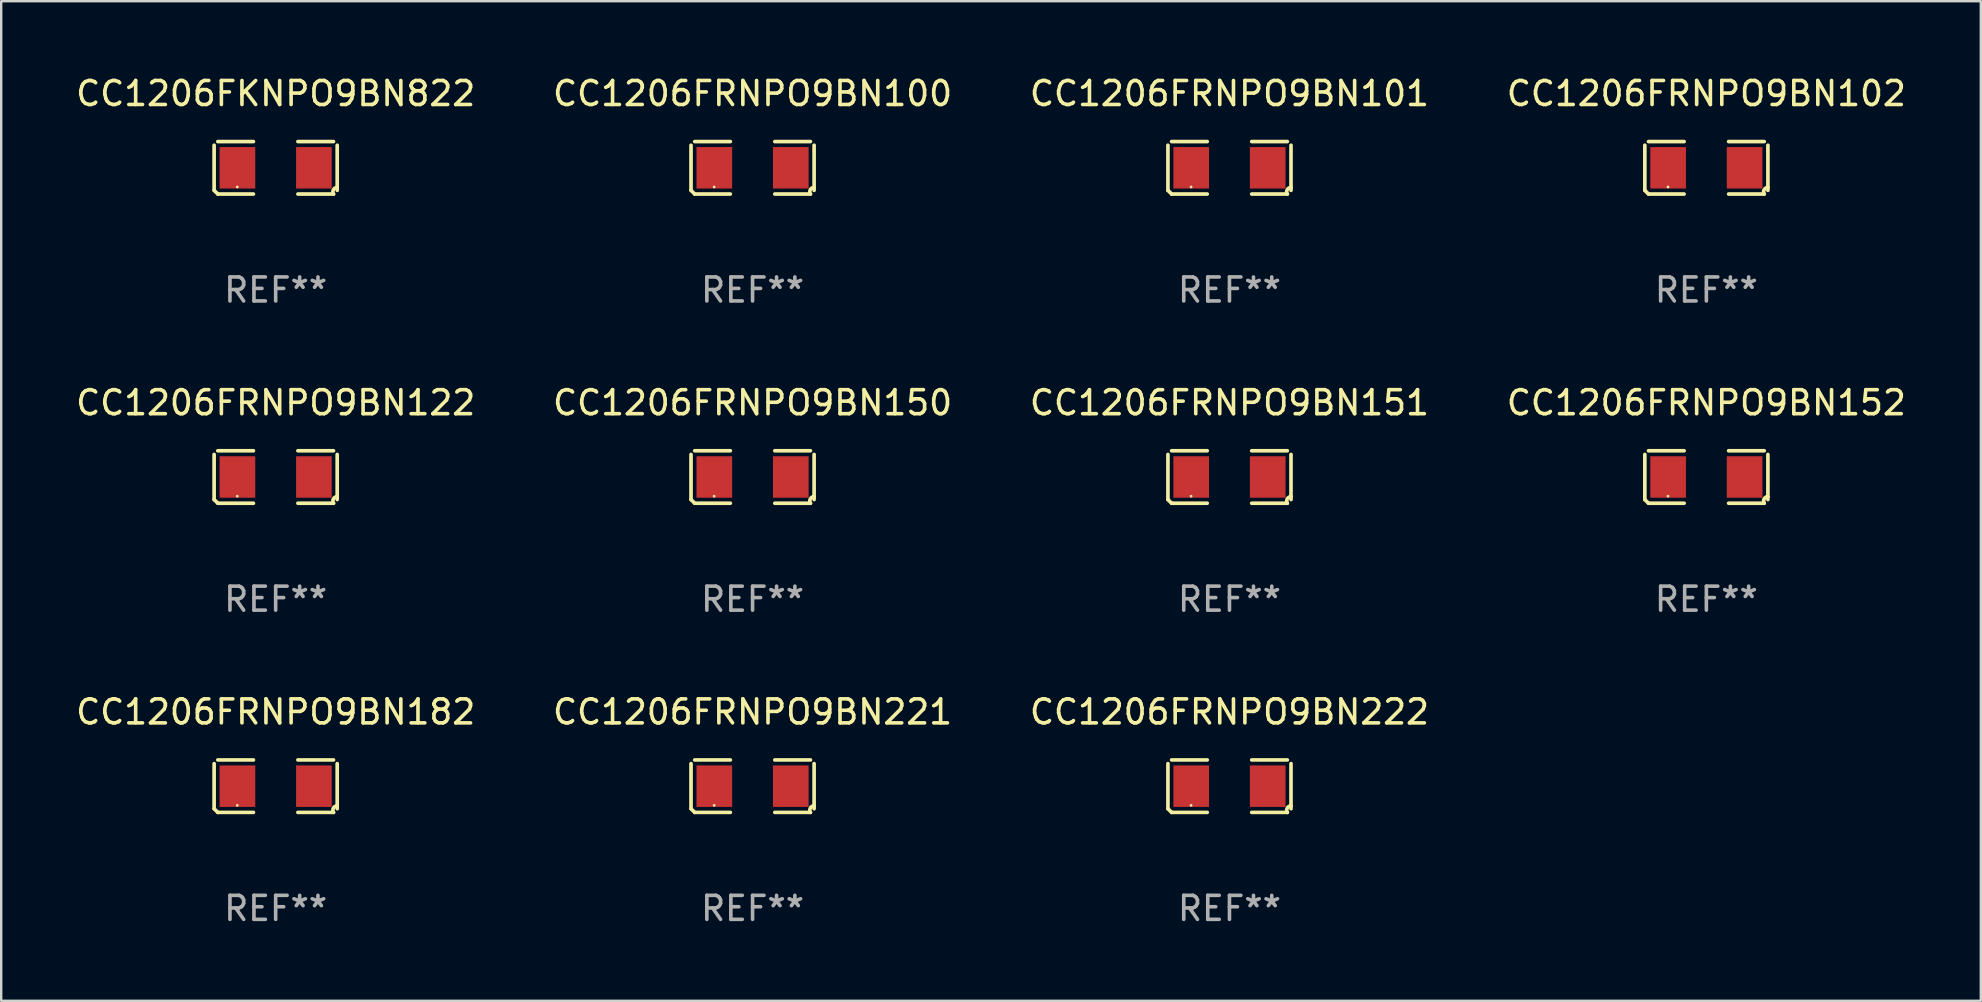
<source format=kicad_pcb>
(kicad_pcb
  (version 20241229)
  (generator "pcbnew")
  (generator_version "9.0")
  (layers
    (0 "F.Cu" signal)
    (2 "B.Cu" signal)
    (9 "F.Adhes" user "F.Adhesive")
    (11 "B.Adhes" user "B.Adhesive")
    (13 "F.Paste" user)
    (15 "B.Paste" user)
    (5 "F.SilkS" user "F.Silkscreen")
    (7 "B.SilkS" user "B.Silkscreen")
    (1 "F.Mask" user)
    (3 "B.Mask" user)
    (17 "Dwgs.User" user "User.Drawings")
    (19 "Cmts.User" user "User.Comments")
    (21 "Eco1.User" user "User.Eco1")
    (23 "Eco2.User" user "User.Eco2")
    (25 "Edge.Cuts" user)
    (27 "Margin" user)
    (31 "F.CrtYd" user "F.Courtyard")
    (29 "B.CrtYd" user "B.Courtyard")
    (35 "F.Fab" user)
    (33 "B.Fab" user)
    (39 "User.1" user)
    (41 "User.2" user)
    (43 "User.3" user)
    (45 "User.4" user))
  (footprint "CC1206FRNPO9BN151"
    (layer "F.Cu")
    (at 48.173 16.823)
    (property "Reference" "CC1206FRNPO9BN151" (at 0 -3.093 0) (layer "F.SilkS") (effects (font (size 1 1) (thickness 0.15))))
    (attr through_hole)
    (fp_line (start -2.564 0.94) (end -2.564 -0.94) (stroke (width 0.152) (type solid)) (layer "F.SilkS"))
    (fp_line (start -2.411 -1.093) (end -0.926 -1.093) (stroke (width 0.152) (type solid)) (layer "F.SilkS"))
    (fp_line (start -0.926 1.093) (end -2.411 1.093) (stroke (width 0.152) (type solid)) (layer "F.SilkS"))
    (fp_line (start 0.926 1.093) (end 2.411 1.093) (stroke (width 0.152) (type solid)) (layer "F.SilkS"))
    (fp_line (start 2.411 -1.093) (end 0.926 -1.093) (stroke (width 0.152) (type solid)) (layer "F.SilkS"))
    (fp_line (start 2.564 0.94) (end 2.564 -0.94) (stroke (width 0.152) (type solid)) (layer "F.SilkS"))
    (fp_arc (start -2.411201 1.092609) (mid -2.487413 1.01642) (end -2.563602 0.940208) (stroke (width 0.1524) (type solid)) (layer "F.SilkS"))
    (fp_arc (start 2.411201 1.092609) (mid 2.407159 0.911226) (end 2.563602 0.819347) (stroke (width 0.1524) (type solid)) (layer "F.SilkS"))
    (fp_circle (center -1.6 0.8) (end -1.57 0.8) (stroke (width 0.06) (type solid)) (fill no) (layer "F.SilkS"))
    (fp_text user "REF**" (at 0 5.093 0) (layer "F.Fab") (effects (font (size 1 1) (thickness 0.15))))
    (pad "1" smd rect (at -1.593 0) (size 1.485 1.728) (layers "F.Cu" "F.Mask" "F.Paste"))
    (pad "2" smd rect (at 1.593 0) (size 1.485 1.728) (layers "F.Cu" "F.Mask" "F.Paste")))
  (footprint "CC1206FRNPO9BN101"
    (layer "F.Cu")
    (at 48.173 3.941)
    (property "Reference" "CC1206FRNPO9BN101" (at 0 -3.093 0) (layer "F.SilkS") (effects (font (size 1 1) (thickness 0.15))))
    (attr through_hole)
    (fp_line (start -2.564 0.94) (end -2.564 -0.94) (stroke (width 0.152) (type solid)) (layer "F.SilkS"))
    (fp_line (start -2.411 -1.093) (end -0.926 -1.093) (stroke (width 0.152) (type solid)) (layer "F.SilkS"))
    (fp_line (start -0.926 1.093) (end -2.411 1.093) (stroke (width 0.152) (type solid)) (layer "F.SilkS"))
    (fp_line (start 0.926 1.093) (end 2.411 1.093) (stroke (width 0.152) (type solid)) (layer "F.SilkS"))
    (fp_line (start 2.411 -1.093) (end 0.926 -1.093) (stroke (width 0.152) (type solid)) (layer "F.SilkS"))
    (fp_line (start 2.564 0.94) (end 2.564 -0.94) (stroke (width 0.152) (type solid)) (layer "F.SilkS"))
    (fp_arc (start -2.411201 1.092609) (mid -2.487413 1.01642) (end -2.563602 0.940208) (stroke (width 0.1524) (type solid)) (layer "F.SilkS"))
    (fp_arc (start 2.411201 1.092609) (mid 2.407159 0.911226) (end 2.563602 0.819347) (stroke (width 0.1524) (type solid)) (layer "F.SilkS"))
    (fp_circle (center -1.6 0.8) (end -1.57 0.8) (stroke (width 0.06) (type solid)) (fill no) (layer "F.SilkS"))
    (fp_text user "REF**" (at 0 5.093 0) (layer "F.Fab") (effects (font (size 1 1) (thickness 0.15))))
    (pad "1" smd rect (at -1.593 0) (size 1.485 1.728) (layers "F.Cu" "F.Mask" "F.Paste"))
    (pad "2" smd rect (at 1.593 0) (size 1.485 1.728) (layers "F.Cu" "F.Mask" "F.Paste")))
  (footprint "CC1206FRNPO9BN100"
    (layer "F.Cu")
    (at 28.304 3.941)
    (property "Reference" "CC1206FRNPO9BN100" (at 0 -3.093 0) (layer "F.SilkS") (effects (font (size 1 1) (thickness 0.15))))
    (attr through_hole)
    (fp_line (start -2.564 0.94) (end -2.564 -0.94) (stroke (width 0.152) (type solid)) (layer "F.SilkS"))
    (fp_line (start -2.411 -1.093) (end -0.926 -1.093) (stroke (width 0.152) (type solid)) (layer "F.SilkS"))
    (fp_line (start -0.926 1.093) (end -2.411 1.093) (stroke (width 0.152) (type solid)) (layer "F.SilkS"))
    (fp_line (start 0.926 1.093) (end 2.411 1.093) (stroke (width 0.152) (type solid)) (layer "F.SilkS"))
    (fp_line (start 2.411 -1.093) (end 0.926 -1.093) (stroke (width 0.152) (type solid)) (layer "F.SilkS"))
    (fp_line (start 2.564 0.94) (end 2.564 -0.94) (stroke (width 0.152) (type solid)) (layer "F.SilkS"))
    (fp_arc (start -2.411201 1.092609) (mid -2.487413 1.01642) (end -2.563602 0.940208) (stroke (width 0.1524) (type solid)) (layer "F.SilkS"))
    (fp_arc (start 2.411201 1.092609) (mid 2.407159 0.911226) (end 2.563602 0.819347) (stroke (width 0.1524) (type solid)) (layer "F.SilkS"))
    (fp_circle (center -1.6 0.8) (end -1.57 0.8) (stroke (width 0.06) (type solid)) (fill no) (layer "F.SilkS"))
    (fp_text user "REF**" (at 0 5.093 0) (layer "F.Fab") (effects (font (size 1 1) (thickness 0.15))))
    (pad "1" smd rect (at -1.593 0) (size 1.485 1.728) (layers "F.Cu" "F.Mask" "F.Paste"))
    (pad "2" smd rect (at 1.593 0) (size 1.485 1.728) (layers "F.Cu" "F.Mask" "F.Paste")))
  (footprint "CC1206FRNPO9BN221"
    (layer "F.Cu")
    (at 28.304 29.704)
    (property "Reference" "CC1206FRNPO9BN221" (at 0 -3.093 0) (layer "F.SilkS") (effects (font (size 1 1) (thickness 0.15))))
    (attr through_hole)
    (fp_line (start -2.564 0.94) (end -2.564 -0.94) (stroke (width 0.152) (type solid)) (layer "F.SilkS"))
    (fp_line (start -2.411 -1.093) (end -0.926 -1.093) (stroke (width 0.152) (type solid)) (layer "F.SilkS"))
    (fp_line (start -0.926 1.093) (end -2.411 1.093) (stroke (width 0.152) (type solid)) (layer "F.SilkS"))
    (fp_line (start 0.926 1.093) (end 2.411 1.093) (stroke (width 0.152) (type solid)) (layer "F.SilkS"))
    (fp_line (start 2.411 -1.093) (end 0.926 -1.093) (stroke (width 0.152) (type solid)) (layer "F.SilkS"))
    (fp_line (start 2.564 0.94) (end 2.564 -0.94) (stroke (width 0.152) (type solid)) (layer "F.SilkS"))
    (fp_arc (start -2.411201 1.092609) (mid -2.487413 1.01642) (end -2.563602 0.940208) (stroke (width 0.1524) (type solid)) (layer "F.SilkS"))
    (fp_arc (start 2.411201 1.092609) (mid 2.407159 0.911226) (end 2.563602 0.819347) (stroke (width 0.1524) (type solid)) (layer "F.SilkS"))
    (fp_circle (center -1.6 0.8) (end -1.57 0.8) (stroke (width 0.06) (type solid)) (fill no) (layer "F.SilkS"))
    (fp_text user "REF**" (at 0 5.093 0) (layer "F.Fab") (effects (font (size 1 1) (thickness 0.15))))
    (pad "1" smd rect (at -1.593 0) (size 1.485 1.728) (layers "F.Cu" "F.Mask" "F.Paste"))
    (pad "2" smd rect (at 1.593 0) (size 1.485 1.728) (layers "F.Cu" "F.Mask" "F.Paste")))
  (footprint "CC1206FRNPO9BN102"
    (layer "F.Cu")
    (at 68.042 3.941)
    (property "Reference" "CC1206FRNPO9BN102" (at 0 -3.093 0) (layer "F.SilkS") (effects (font (size 1 1) (thickness 0.15))))
    (attr through_hole)
    (fp_line (start -2.564 0.94) (end -2.564 -0.94) (stroke (width 0.152) (type solid)) (layer "F.SilkS"))
    (fp_line (start -2.411 -1.093) (end -0.926 -1.093) (stroke (width 0.152) (type solid)) (layer "F.SilkS"))
    (fp_line (start -0.926 1.093) (end -2.411 1.093) (stroke (width 0.152) (type solid)) (layer "F.SilkS"))
    (fp_line (start 0.926 1.093) (end 2.411 1.093) (stroke (width 0.152) (type solid)) (layer "F.SilkS"))
    (fp_line (start 2.411 -1.093) (end 0.926 -1.093) (stroke (width 0.152) (type solid)) (layer "F.SilkS"))
    (fp_line (start 2.564 0.94) (end 2.564 -0.94) (stroke (width 0.152) (type solid)) (layer "F.SilkS"))
    (fp_arc (start -2.411201 1.092609) (mid -2.487413 1.01642) (end -2.563602 0.940208) (stroke (width 0.1524) (type solid)) (layer "F.SilkS"))
    (fp_arc (start 2.411201 1.092609) (mid 2.407159 0.911226) (end 2.563602 0.819347) (stroke (width 0.1524) (type solid)) (layer "F.SilkS"))
    (fp_circle (center -1.6 0.8) (end -1.57 0.8) (stroke (width 0.06) (type solid)) (fill no) (layer "F.SilkS"))
    (fp_text user "REF**" (at 0 5.093 0) (layer "F.Fab") (effects (font (size 1 1) (thickness 0.15))))
    (pad "1" smd rect (at -1.593 0) (size 1.485 1.728) (layers "F.Cu" "F.Mask" "F.Paste"))
    (pad "2" smd rect (at 1.593 0) (size 1.485 1.728) (layers "F.Cu" "F.Mask" "F.Paste")))
  (footprint "CC1206FRNPO9BN182"
    (layer "F.Cu")
    (at 8.435 29.704)
    (property "Reference" "CC1206FRNPO9BN182" (at 0 -3.093 0) (layer "F.SilkS") (effects (font (size 1 1) (thickness 0.15))))
    (attr through_hole)
    (fp_line (start -2.564 0.94) (end -2.564 -0.94) (stroke (width 0.152) (type solid)) (layer "F.SilkS"))
    (fp_line (start -2.411 -1.093) (end -0.926 -1.093) (stroke (width 0.152) (type solid)) (layer "F.SilkS"))
    (fp_line (start -0.926 1.093) (end -2.411 1.093) (stroke (width 0.152) (type solid)) (layer "F.SilkS"))
    (fp_line (start 0.926 1.093) (end 2.411 1.093) (stroke (width 0.152) (type solid)) (layer "F.SilkS"))
    (fp_line (start 2.411 -1.093) (end 0.926 -1.093) (stroke (width 0.152) (type solid)) (layer "F.SilkS"))
    (fp_line (start 2.564 0.94) (end 2.564 -0.94) (stroke (width 0.152) (type solid)) (layer "F.SilkS"))
    (fp_arc (start -2.411201 1.092609) (mid -2.487413 1.01642) (end -2.563602 0.940208) (stroke (width 0.1524) (type solid)) (layer "F.SilkS"))
    (fp_arc (start 2.411201 1.092609) (mid 2.407159 0.911226) (end 2.563602 0.819347) (stroke (width 0.1524) (type solid)) (layer "F.SilkS"))
    (fp_circle (center -1.6 0.8) (end -1.57 0.8) (stroke (width 0.06) (type solid)) (fill no) (layer "F.SilkS"))
    (fp_text user "REF**" (at 0 5.093 0) (layer "F.Fab") (effects (font (size 1 1) (thickness 0.15))))
    (pad "1" smd rect (at -1.593 0) (size 1.485 1.728) (layers "F.Cu" "F.Mask" "F.Paste"))
    (pad "2" smd rect (at 1.593 0) (size 1.485 1.728) (layers "F.Cu" "F.Mask" "F.Paste")))
  (footprint "CC1206FRNPO9BN222"
    (layer "F.Cu")
    (at 48.173 29.704)
    (property "Reference" "CC1206FRNPO9BN222" (at 0 -3.093 0) (layer "F.SilkS") (effects (font (size 1 1) (thickness 0.15))))
    (attr through_hole)
    (fp_line (start -2.564 0.94) (end -2.564 -0.94) (stroke (width 0.152) (type solid)) (layer "F.SilkS"))
    (fp_line (start -2.411 -1.093) (end -0.926 -1.093) (stroke (width 0.152) (type solid)) (layer "F.SilkS"))
    (fp_line (start -0.926 1.093) (end -2.411 1.093) (stroke (width 0.152) (type solid)) (layer "F.SilkS"))
    (fp_line (start 0.926 1.093) (end 2.411 1.093) (stroke (width 0.152) (type solid)) (layer "F.SilkS"))
    (fp_line (start 2.411 -1.093) (end 0.926 -1.093) (stroke (width 0.152) (type solid)) (layer "F.SilkS"))
    (fp_line (start 2.564 0.94) (end 2.564 -0.94) (stroke (width 0.152) (type solid)) (layer "F.SilkS"))
    (fp_arc (start -2.411201 1.092609) (mid -2.487413 1.01642) (end -2.563602 0.940208) (stroke (width 0.1524) (type solid)) (layer "F.SilkS"))
    (fp_arc (start 2.411201 1.092609) (mid 2.407159 0.911226) (end 2.563602 0.819347) (stroke (width 0.1524) (type solid)) (layer "F.SilkS"))
    (fp_circle (center -1.6 0.8) (end -1.57 0.8) (stroke (width 0.06) (type solid)) (fill no) (layer "F.SilkS"))
    (fp_text user "REF**" (at 0 5.093 0) (layer "F.Fab") (effects (font (size 1 1) (thickness 0.15))))
    (pad "1" smd rect (at -1.593 0) (size 1.485 1.728) (layers "F.Cu" "F.Mask" "F.Paste"))
    (pad "2" smd rect (at 1.593 0) (size 1.485 1.728) (layers "F.Cu" "F.Mask" "F.Paste")))
  (footprint "CC1206FRNPO9BN152"
    (layer "F.Cu")
    (at 68.042 16.823)
    (property "Reference" "CC1206FRNPO9BN152" (at 0 -3.093 0) (layer "F.SilkS") (effects (font (size 1 1) (thickness 0.15))))
    (attr through_hole)
    (fp_line (start -2.564 0.94) (end -2.564 -0.94) (stroke (width 0.152) (type solid)) (layer "F.SilkS"))
    (fp_line (start -2.411 -1.093) (end -0.926 -1.093) (stroke (width 0.152) (type solid)) (layer "F.SilkS"))
    (fp_line (start -0.926 1.093) (end -2.411 1.093) (stroke (width 0.152) (type solid)) (layer "F.SilkS"))
    (fp_line (start 0.926 1.093) (end 2.411 1.093) (stroke (width 0.152) (type solid)) (layer "F.SilkS"))
    (fp_line (start 2.411 -1.093) (end 0.926 -1.093) (stroke (width 0.152) (type solid)) (layer "F.SilkS"))
    (fp_line (start 2.564 0.94) (end 2.564 -0.94) (stroke (width 0.152) (type solid)) (layer "F.SilkS"))
    (fp_arc (start -2.411201 1.092609) (mid -2.487413 1.01642) (end -2.563602 0.940208) (stroke (width 0.1524) (type solid)) (layer "F.SilkS"))
    (fp_arc (start 2.411201 1.092609) (mid 2.407159 0.911226) (end 2.563602 0.819347) (stroke (width 0.1524) (type solid)) (layer "F.SilkS"))
    (fp_circle (center -1.6 0.8) (end -1.57 0.8) (stroke (width 0.06) (type solid)) (fill no) (layer "F.SilkS"))
    (fp_text user "REF**" (at 0 5.093 0) (layer "F.Fab") (effects (font (size 1 1) (thickness 0.15))))
    (pad "1" smd rect (at -1.593 0) (size 1.485 1.728) (layers "F.Cu" "F.Mask" "F.Paste"))
    (pad "2" smd rect (at 1.593 0) (size 1.485 1.728) (layers "F.Cu" "F.Mask" "F.Paste")))
  (footprint "CC1206FRNPO9BN150"
    (layer "F.Cu")
    (at 28.304 16.823)
    (property "Reference" "CC1206FRNPO9BN150" (at 0 -3.093 0) (layer "F.SilkS") (effects (font (size 1 1) (thickness 0.15))))
    (attr through_hole)
    (fp_line (start -2.564 0.94) (end -2.564 -0.94) (stroke (width 0.152) (type solid)) (layer "F.SilkS"))
    (fp_line (start -2.411 -1.093) (end -0.926 -1.093) (stroke (width 0.152) (type solid)) (layer "F.SilkS"))
    (fp_line (start -0.926 1.093) (end -2.411 1.093) (stroke (width 0.152) (type solid)) (layer "F.SilkS"))
    (fp_line (start 0.926 1.093) (end 2.411 1.093) (stroke (width 0.152) (type solid)) (layer "F.SilkS"))
    (fp_line (start 2.411 -1.093) (end 0.926 -1.093) (stroke (width 0.152) (type solid)) (layer "F.SilkS"))
    (fp_line (start 2.564 0.94) (end 2.564 -0.94) (stroke (width 0.152) (type solid)) (layer "F.SilkS"))
    (fp_arc (start -2.411201 1.092609) (mid -2.487413 1.01642) (end -2.563602 0.940208) (stroke (width 0.1524) (type solid)) (layer "F.SilkS"))
    (fp_arc (start 2.411201 1.092609) (mid 2.407159 0.911226) (end 2.563602 0.819347) (stroke (width 0.1524) (type solid)) (layer "F.SilkS"))
    (fp_circle (center -1.6 0.8) (end -1.57 0.8) (stroke (width 0.06) (type solid)) (fill no) (layer "F.SilkS"))
    (fp_text user "REF**" (at 0 5.093 0) (layer "F.Fab") (effects (font (size 1 1) (thickness 0.15))))
    (pad "1" smd rect (at -1.593 0) (size 1.485 1.728) (layers "F.Cu" "F.Mask" "F.Paste"))
    (pad "2" smd rect (at 1.593 0) (size 1.485 1.728) (layers "F.Cu" "F.Mask" "F.Paste")))
  (footprint "CC1206FKNPO9BN822"
    (layer "F.Cu")
    (at 8.435 3.941)
    (property "Reference" "CC1206FKNPO9BN822" (at 0 -3.093 0) (layer "F.SilkS") (effects (font (size 1 1) (thickness 0.15))))
    (attr through_hole)
    (fp_line (start -2.564 0.94) (end -2.564 -0.94) (stroke (width 0.152) (type solid)) (layer "F.SilkS"))
    (fp_line (start -2.411 -1.093) (end -0.926 -1.093) (stroke (width 0.152) (type solid)) (layer "F.SilkS"))
    (fp_line (start -0.926 1.093) (end -2.411 1.093) (stroke (width 0.152) (type solid)) (layer "F.SilkS"))
    (fp_line (start 0.926 1.093) (end 2.411 1.093) (stroke (width 0.152) (type solid)) (layer "F.SilkS"))
    (fp_line (start 2.411 -1.093) (end 0.926 -1.093) (stroke (width 0.152) (type solid)) (layer "F.SilkS"))
    (fp_line (start 2.564 0.94) (end 2.564 -0.94) (stroke (width 0.152) (type solid)) (layer "F.SilkS"))
    (fp_arc (start -2.411201 1.092609) (mid -2.487413 1.01642) (end -2.563602 0.940208) (stroke (width 0.1524) (type solid)) (layer "F.SilkS"))
    (fp_arc (start 2.411201 1.092609) (mid 2.407159 0.911226) (end 2.563602 0.819347) (stroke (width 0.1524) (type solid)) (layer "F.SilkS"))
    (fp_circle (center -1.6 0.8) (end -1.57 0.8) (stroke (width 0.06) (type solid)) (fill no) (layer "F.SilkS"))
    (fp_text user "REF**" (at 0 5.093 0) (layer "F.Fab") (effects (font (size 1 1) (thickness 0.15))))
    (pad "1" smd rect (at -1.593 0) (size 1.485 1.728) (layers "F.Cu" "F.Mask" "F.Paste"))
    (pad "2" smd rect (at 1.593 0) (size 1.485 1.728) (layers "F.Cu" "F.Mask" "F.Paste")))
  (footprint "CC1206FRNPO9BN122"
    (layer "F.Cu")
    (at 8.435 16.823)
    (property "Reference" "CC1206FRNPO9BN122" (at 0 -3.093 0) (layer "F.SilkS") (effects (font (size 1 1) (thickness 0.15))))
    (attr through_hole)
    (fp_line (start -2.564 0.94) (end -2.564 -0.94) (stroke (width 0.152) (type solid)) (layer "F.SilkS"))
    (fp_line (start -2.411 -1.093) (end -0.926 -1.093) (stroke (width 0.152) (type solid)) (layer "F.SilkS"))
    (fp_line (start -0.926 1.093) (end -2.411 1.093) (stroke (width 0.152) (type solid)) (layer "F.SilkS"))
    (fp_line (start 0.926 1.093) (end 2.411 1.093) (stroke (width 0.152) (type solid)) (layer "F.SilkS"))
    (fp_line (start 2.411 -1.093) (end 0.926 -1.093) (stroke (width 0.152) (type solid)) (layer "F.SilkS"))
    (fp_line (start 2.564 0.94) (end 2.564 -0.94) (stroke (width 0.152) (type solid)) (layer "F.SilkS"))
    (fp_arc (start -2.411201 1.092609) (mid -2.487413 1.01642) (end -2.563602 0.940208) (stroke (width 0.1524) (type solid)) (layer "F.SilkS"))
    (fp_arc (start 2.411201 1.092609) (mid 2.407159 0.911226) (end 2.563602 0.819347) (stroke (width 0.1524) (type solid)) (layer "F.SilkS"))
    (fp_circle (center -1.6 0.8) (end -1.57 0.8) (stroke (width 0.06) (type solid)) (fill no) (layer "F.SilkS"))
    (fp_text user "REF**" (at 0 5.093 0) (layer "F.Fab") (effects (font (size 1 1) (thickness 0.15))))
    (pad "1" smd rect (at -1.593 0) (size 1.485 1.728) (layers "F.Cu" "F.Mask" "F.Paste"))
    (pad "2" smd rect (at 1.593 0) (size 1.485 1.728) (layers "F.Cu" "F.Mask" "F.Paste")))
  (gr_rect
    (start -3 -3)
    (end 79.476 38.645)
    (stroke (width 0.1) (type default))
    (fill no)
    (layer "Edge.Cuts")))
</source>
